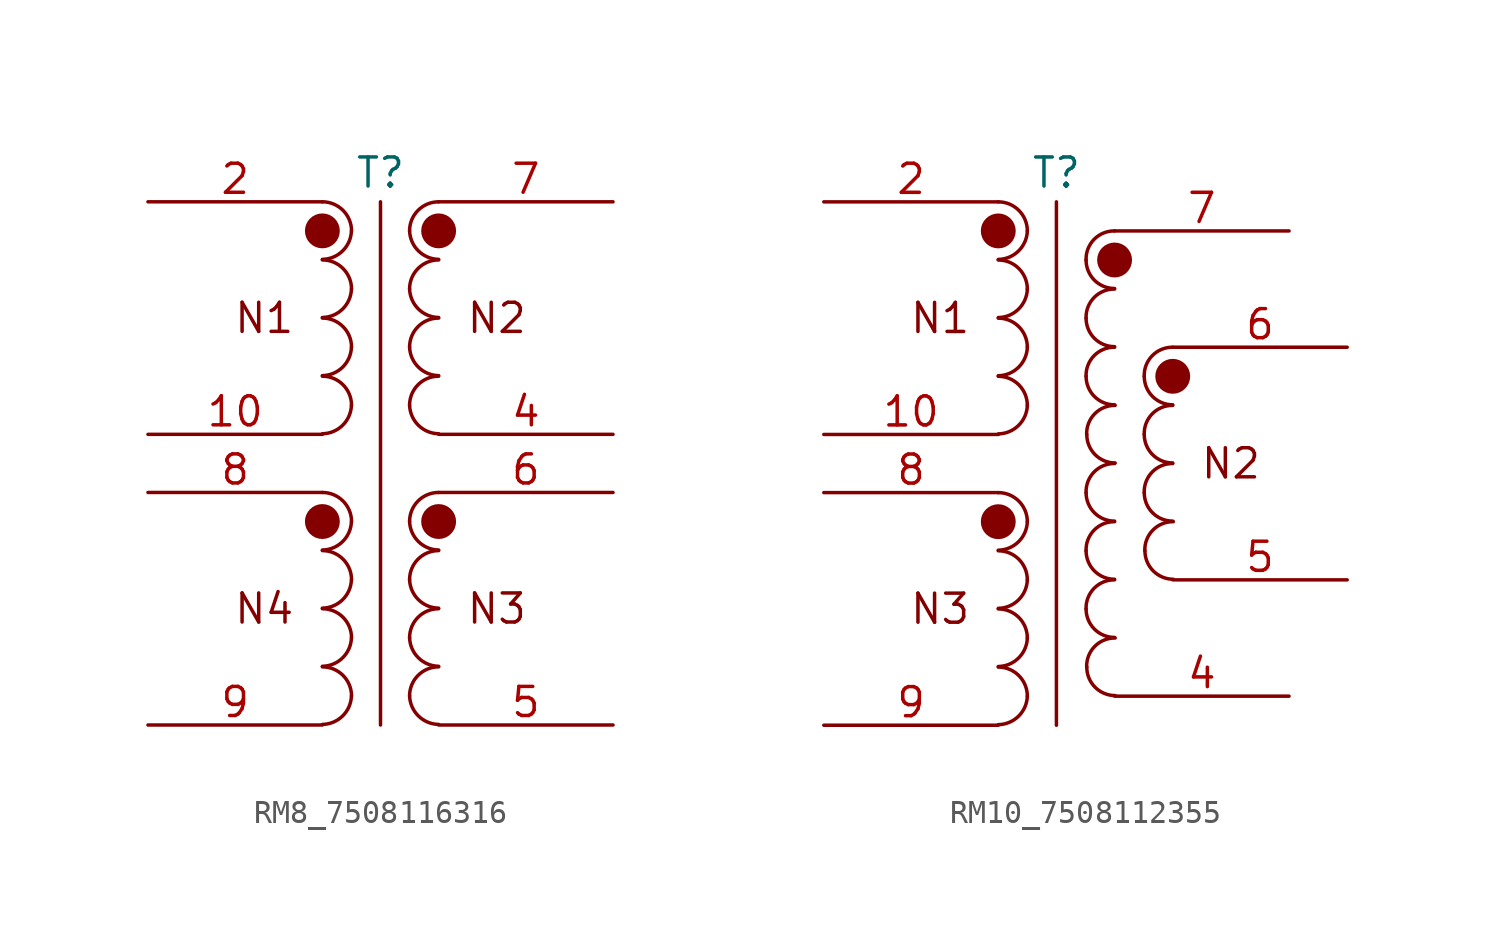
<source format=kicad_sym>
(kicad_symbol_lib
  (version 20220914)
  (generator kicad_symbol_editor)
  (symbol "RM8_7508116316"
    (pin_names hide)
    (property "Reference" "T"
      (at 0 12.7 0)
      (effects (font (size 1.27 1.27))))
    (symbol "RM8_7508116316_0_1"
      (arc (start -2.54 -11.4046) (mid -1.6561 -11.0363) (end -1.27 -10.16) (stroke (width 0) (type default)) (fill (type none)))
      (arc (start -2.54 -8.8646) (mid -1.6561 -8.4963) (end -1.27 -7.62) (stroke (width 0) (type default)) (fill (type none)))
      (arc (start -2.54 -6.3246) (mid -1.6561 -5.9563) (end -1.27 -5.08) (stroke (width 0) (type default)) (fill (type none)))
      (arc (start -2.54 -3.7846) (mid -1.6561 -3.4163) (end -1.27 -2.54) (stroke (width 0) (type default)) (fill (type none)))
      (arc (start -2.54 1.2954) (mid -1.6561 1.6637) (end -1.27 2.54) (stroke (width 0) (type default)) (fill (type none)))
      (arc (start -2.54 3.8354) (mid -1.6561 4.2037) (end -1.27 5.08) (stroke (width 0) (type default)) (fill (type none)))
      (arc (start -2.54 6.3754) (mid -1.6561 6.7437) (end -1.27 7.62) (stroke (width 0) (type default)) (fill (type none)))
      (arc (start -2.54 8.9154) (mid -1.6561 9.2837) (end -1.27 10.16) (stroke (width 0) (type default)) (fill (type none)))
      (arc (start -1.27 -10.16) (mid -1.642 -9.262) (end -2.54 -8.89) (stroke (width 0) (type default)) (fill (type none)))
      (arc (start -1.27 -7.62) (mid -1.642 -6.722) (end -2.54 -6.35) (stroke (width 0) (type default)) (fill (type none)))
      (arc (start -1.27 -5.08) (mid -1.642 -4.182) (end -2.54 -3.81) (stroke (width 0) (type default)) (fill (type none)))
      (arc (start -1.27 -2.54) (mid -1.642 -1.642) (end -2.54 -1.27) (stroke (width 0) (type default)) (fill (type none)))
      (arc (start -1.27 2.54) (mid -1.642 3.438) (end -2.54 3.81) (stroke (width 0) (type default)) (fill (type none)))
      (arc (start -1.27 5.08) (mid -1.642 5.978) (end -2.54 6.35) (stroke (width 0) (type default)) (fill (type none)))
      (arc (start -1.27 7.62) (mid -1.642 8.518) (end -2.54 8.89) (stroke (width 0) (type default)) (fill (type none)))
      (arc (start -1.27 10.16) (mid -1.642 11.058) (end -2.54 11.43) (stroke (width 0) (type default)) (fill (type none)))
      (polyline (pts (xy 0 -11.43) (xy 0 11.43)) (stroke (width 0) (type default)) (fill (type none)))
      (arc (start 1.27 -10.16) (mid 1.6561 -11.0363) (end 2.54 -11.4046) (stroke (width 0) (type default)) (fill (type none)))
      (arc (start 1.27 -7.62) (mid 1.6561 -8.4963) (end 2.54 -8.8646) (stroke (width 0) (type default)) (fill (type none)))
      (arc (start 1.27 -5.08) (mid 1.6561 -5.9563) (end 2.54 -6.3246) (stroke (width 0) (type default)) (fill (type none)))
      (arc (start 1.27 -2.54) (mid 1.6561 -3.4163) (end 2.54 -3.7846) (stroke (width 0) (type default)) (fill (type none)))
      (arc (start 1.27 2.54) (mid 1.6561 1.6637) (end 2.54 1.2954) (stroke (width 0) (type default)) (fill (type none)))
      (arc (start 1.27 5.08) (mid 1.6561 4.2037) (end 2.54 3.8354) (stroke (width 0) (type default)) (fill (type none)))
      (arc (start 1.27 7.62) (mid 1.6561 6.7437) (end 2.54 6.3754) (stroke (width 0) (type default)) (fill (type none)))
      (arc (start 1.27 10.16) (mid 1.6561 9.2837) (end 2.54 8.9154) (stroke (width 0) (type default)) (fill (type none)))
      (arc (start 2.54 -8.89) (mid 1.642 -9.262) (end 1.27 -10.16) (stroke (width 0) (type default)) (fill (type none)))
      (arc (start 2.54 -6.35) (mid 1.642 -6.722) (end 1.27 -7.62) (stroke (width 0) (type default)) (fill (type none)))
      (arc (start 2.54 -3.81) (mid 1.642 -4.182) (end 1.27 -5.08) (stroke (width 0) (type default)) (fill (type none)))
      (arc (start 2.54 -1.27) (mid 1.642 -1.642) (end 1.27 -2.54) (stroke (width 0) (type default)) (fill (type none)))
      (arc (start 2.54 3.81) (mid 1.642 3.438) (end 1.27 2.54) (stroke (width 0) (type default)) (fill (type none)))
      (arc (start 2.54 6.35) (mid 1.642 5.978) (end 1.27 5.08) (stroke (width 0) (type default)) (fill (type none)))
      (arc (start 2.54 8.89) (mid 1.642 8.518) (end 1.27 7.62) (stroke (width 0) (type default)) (fill (type none)))
      (arc (start 2.54 11.43) (mid 1.642 11.058) (end 1.27 10.16) (stroke (width 0) (type default)) (fill (type none))))
    (symbol "RM8_7508116316_1_1"
      (circle (center -2.54 -2.54) (radius 0.0001) (stroke (width 0.762) (type default)) (fill (type none)))
      (circle (center -2.54 10.16) (radius 0.0001) (stroke (width 0.762) (type default)) (fill (type none)))
      (circle (center 2.54 -2.54) (radius 0.0001) (stroke (width 0.762) (type default)) (fill (type none)))
      (circle (center 2.54 10.16) (radius 0.0001) (stroke (width 0.762) (type default)) (fill (type none)))
      (text "N1" (at -5.08 6.35 0) (effects (font (size 1.27 1.27))))
      (text "N2" (at 5.08 6.35 0) (effects (font (size 1.27 1.27))))
      (text "N3" (at 5.08 -6.35 0) (effects (font (size 1.27 1.27))))
      (text "N4" (at -5.08 -6.35 0) (effects (font (size 1.27 1.27))))
      (pin passive line (at -10.16 1.27 0) (length 7.62) (name "10" (effects (font (size 1.27 1.27)))) (number "10" (effects (font (size 1.27 1.27)))))
      (pin passive line (at -10.16 11.43 0) (length 7.62) (name "2" (effects (font (size 1.27 1.27)))) (number "2" (effects (font (size 1.27 1.27)))))
      (pin passive line (at 10.16 1.27 180) (length 7.62) (name "4" (effects (font (size 1.27 1.27)))) (number "4" (effects (font (size 1.27 1.27)))))
      (pin passive line (at 10.16 -11.43 180) (length 7.62) (name "5" (effects (font (size 1.27 1.27)))) (number "5" (effects (font (size 1.27 1.27)))))
      (pin passive line (at 10.16 -1.27 180) (length 7.62) (name "6" (effects (font (size 1.27 1.27)))) (number "6" (effects (font (size 1.27 1.27)))))
      (pin passive line (at 10.16 11.43 180) (length 7.62) (name "7" (effects (font (size 1.27 1.27)))) (number "7" (effects (font (size 1.27 1.27)))))
      (pin passive line (at -10.16 -1.27 0) (length 7.62) (name "8" (effects (font (size 1.27 1.27)))) (number "8" (effects (font (size 1.27 1.27)))))
      (pin passive line (at -10.16 -11.43 0) (length 7.62) (name "9" (effects (font (size 1.27 1.27)))) (number "9" (effects (font (size 1.27 1.27)))))))
  (symbol "RM10_7508112355"
    (pin_names hide)
    (property "Reference" "T"
      (at 0 12.7 0)
      (effects (font (size 1.27 1.27))))
    (symbol "RM10_7508112355_0_1"
      (arc (start -2.54 -11.4046) (mid -1.6561 -11.0363) (end -1.27 -10.16) (stroke (width 0) (type default)) (fill (type none)))
      (arc (start -2.54 -8.8646) (mid -1.6561 -8.4963) (end -1.27 -7.62) (stroke (width 0) (type default)) (fill (type none)))
      (arc (start -2.54 -6.3246) (mid -1.6561 -5.9563) (end -1.27 -5.08) (stroke (width 0) (type default)) (fill (type none)))
      (arc (start -2.54 -3.7846) (mid -1.6561 -3.4163) (end -1.27 -2.54) (stroke (width 0) (type default)) (fill (type none)))
      (arc (start -2.54 1.2954) (mid -1.6561 1.6637) (end -1.27 2.54) (stroke (width 0) (type default)) (fill (type none)))
      (arc (start -2.54 3.8354) (mid -1.6561 4.2037) (end -1.27 5.08) (stroke (width 0) (type default)) (fill (type none)))
      (arc (start -2.54 6.3754) (mid -1.6561 6.7437) (end -1.27 7.62) (stroke (width 0) (type default)) (fill (type none)))
      (arc (start -2.54 8.9154) (mid -1.6561 9.2837) (end -1.27 10.16) (stroke (width 0) (type default)) (fill (type none)))
      (arc (start -1.27 -10.16) (mid -1.642 -9.262) (end -2.54 -8.89) (stroke (width 0) (type default)) (fill (type none)))
      (arc (start -1.27 -7.62) (mid -1.642 -6.722) (end -2.54 -6.35) (stroke (width 0) (type default)) (fill (type none)))
      (arc (start -1.27 -5.08) (mid -1.642 -4.182) (end -2.54 -3.81) (stroke (width 0) (type default)) (fill (type none)))
      (arc (start -1.27 -2.54) (mid -1.642 -1.642) (end -2.54 -1.27) (stroke (width 0) (type default)) (fill (type none)))
      (arc (start -1.27 2.54) (mid -1.642 3.438) (end -2.54 3.81) (stroke (width 0) (type default)) (fill (type none)))
      (arc (start -1.27 5.08) (mid -1.642 5.978) (end -2.54 6.35) (stroke (width 0) (type default)) (fill (type none)))
      (arc (start -1.27 7.62) (mid -1.642 8.518) (end -2.54 8.89) (stroke (width 0) (type default)) (fill (type none)))
      (arc (start -1.27 10.16) (mid -1.642 11.058) (end -2.54 11.43) (stroke (width 0) (type default)) (fill (type none)))
      (polyline (pts (xy 0 11.43) (xy 0 -11.43)) (stroke (width 0) (type default)) (fill (type none)))
      (arc (start 1.2954 -6.35) (mid 1.6599 -7.2301) (end 2.54 -7.5946) (stroke (width 0) (type default)) (fill (type none)))
      (arc (start 1.2954 -3.81) (mid 1.6599 -4.6901) (end 2.54 -5.0546) (stroke (width 0) (type default)) (fill (type none)))
      (arc (start 1.2954 -1.27) (mid 1.6599 -2.1501) (end 2.54 -2.5146) (stroke (width 0) (type default)) (fill (type none)))
      (arc (start 1.2954 3.81) (mid 1.6599 2.9299) (end 2.54 2.5654) (stroke (width 0) (type default)) (fill (type none)))
      (arc (start 1.2954 6.35) (mid 1.6599 5.4699) (end 2.54 5.1054) (stroke (width 0) (type default)) (fill (type none)))
      (arc (start 1.2954 8.89) (mid 1.6599 8.0099) (end 2.54 7.6454) (stroke (width 0) (type default)) (fill (type none)))
      (arc (start 1.3208 -8.89) (mid 1.6853 -9.7703) (end 2.5654 -10.1346) (stroke (width 0) (type default)) (fill (type none)))
      (arc (start 1.3208 1.27) (mid 1.6853 0.3897) (end 2.5654 0.0254) (stroke (width 0) (type default)) (fill (type none)))
      (arc (start 2.54 -5.08) (mid 1.6458 -5.4485) (end 1.2954 -6.35) (stroke (width 0) (type default)) (fill (type none)))
      (arc (start 2.54 -2.54) (mid 1.6458 -2.9085) (end 1.2954 -3.81) (stroke (width 0) (type default)) (fill (type none)))
      (arc (start 2.54 0) (mid 1.6458 -0.3685) (end 1.2954 -1.27) (stroke (width 0) (type default)) (fill (type none)))
      (arc (start 2.54 5.08) (mid 1.6458 4.7115) (end 1.2954 3.81) (stroke (width 0) (type default)) (fill (type none)))
      (arc (start 2.54 7.62) (mid 1.6458 7.2515) (end 1.2954 6.35) (stroke (width 0) (type default)) (fill (type none)))
      (arc (start 2.54 10.16) (mid 1.6458 9.7915) (end 1.2954 8.89) (stroke (width 0) (type default)) (fill (type none)))
      (arc (start 2.5654 -7.62) (mid 1.6709 -7.9883) (end 1.3208 -8.89) (stroke (width 0) (type default)) (fill (type none)))
      (arc (start 2.5654 2.54) (mid 1.6709 2.1717) (end 1.3208 1.27) (stroke (width 0) (type default)) (fill (type none)))
      (arc (start 3.8354 -1.27) (mid 4.1999 -2.1501) (end 5.08 -2.5146) (stroke (width 0) (type default)) (fill (type none)))
      (arc (start 3.8354 1.27) (mid 4.1999 0.3899) (end 5.08 0.0254) (stroke (width 0) (type default)) (fill (type none)))
      (arc (start 3.8354 3.81) (mid 4.1999 2.9299) (end 5.08 2.5654) (stroke (width 0) (type default)) (fill (type none)))
      (arc (start 3.8608 -3.81) (mid 4.2254 -4.6899) (end 5.1054 -5.0546) (stroke (width 0) (type default)) (fill (type none)))
      (arc (start 5.08 0) (mid 4.1858 -0.3685) (end 3.8354 -1.27) (stroke (width 0) (type default)) (fill (type none)))
      (arc (start 5.08 2.54) (mid 4.1858 2.1715) (end 3.8354 1.27) (stroke (width 0) (type default)) (fill (type none)))
      (arc (start 5.08 5.08) (mid 4.1858 4.7115) (end 3.8354 3.81) (stroke (width 0) (type default)) (fill (type none)))
      (arc (start 5.1054 -2.54) (mid 4.2109 -2.9083) (end 3.8608 -3.81) (stroke (width 0) (type default)) (fill (type none))))
    (symbol "RM10_7508112355_1_1"
      (circle (center -2.54 -2.54) (radius 0.0001) (stroke (width 0.762) (type default)) (fill (type none)))
      (circle (center -2.54 10.16) (radius 0.0001) (stroke (width 0.762) (type default)) (fill (type none)))
      (circle (center 2.54 8.89) (radius 0.0001) (stroke (width 0.762) (type default)) (fill (type none)))
      (circle (center 5.08 3.81) (radius 0.0001) (stroke (width 0.762) (type default)) (fill (type none)))
      (text "N1" (at -5.08 6.35 0) (effects (font (size 1.27 1.27))))
      (text "N2" (at 7.62 0 0) (effects (font (size 1.27 1.27))))
      (text "N3" (at -5.08 -6.35 0) (effects (font (size 1.27 1.27))))
      (pin passive line (at -10.16 1.27 0) (length 7.62) (name "10" (effects (font (size 1.27 1.27)))) (number "10" (effects (font (size 1.27 1.27)))))
      (pin passive line (at -10.16 11.43 0) (length 7.62) (name "2" (effects (font (size 1.27 1.27)))) (number "2" (effects (font (size 1.27 1.27)))))
      (pin passive line (at 10.16 -10.16 180) (length 7.62) (name "4" (effects (font (size 1.27 1.27)))) (number "4" (effects (font (size 1.27 1.27)))))
      (pin passive line (at 12.7 -5.08 180) (length 7.62) (name "5" (effects (font (size 1.27 1.27)))) (number "5" (effects (font (size 1.27 1.27)))))
      (pin passive line (at 12.7 5.08 180) (length 7.62) (name "6" (effects (font (size 1.27 1.27)))) (number "6" (effects (font (size 1.27 1.27)))))
      (pin passive line (at 10.16 10.16 180) (length 7.62) (name "7" (effects (font (size 1.27 1.27)))) (number "7" (effects (font (size 1.27 1.27)))))
      (pin passive line (at -10.16 -1.27 0) (length 7.62) (name "8" (effects (font (size 1.27 1.27)))) (number "8" (effects (font (size 1.27 1.27)))))
      (pin passive line (at -10.16 -11.43 0) (length 7.62) (name "9" (effects (font (size 1.27 1.27)))) (number "9" (effects (font (size 1.27 1.27))))))))
</source>
